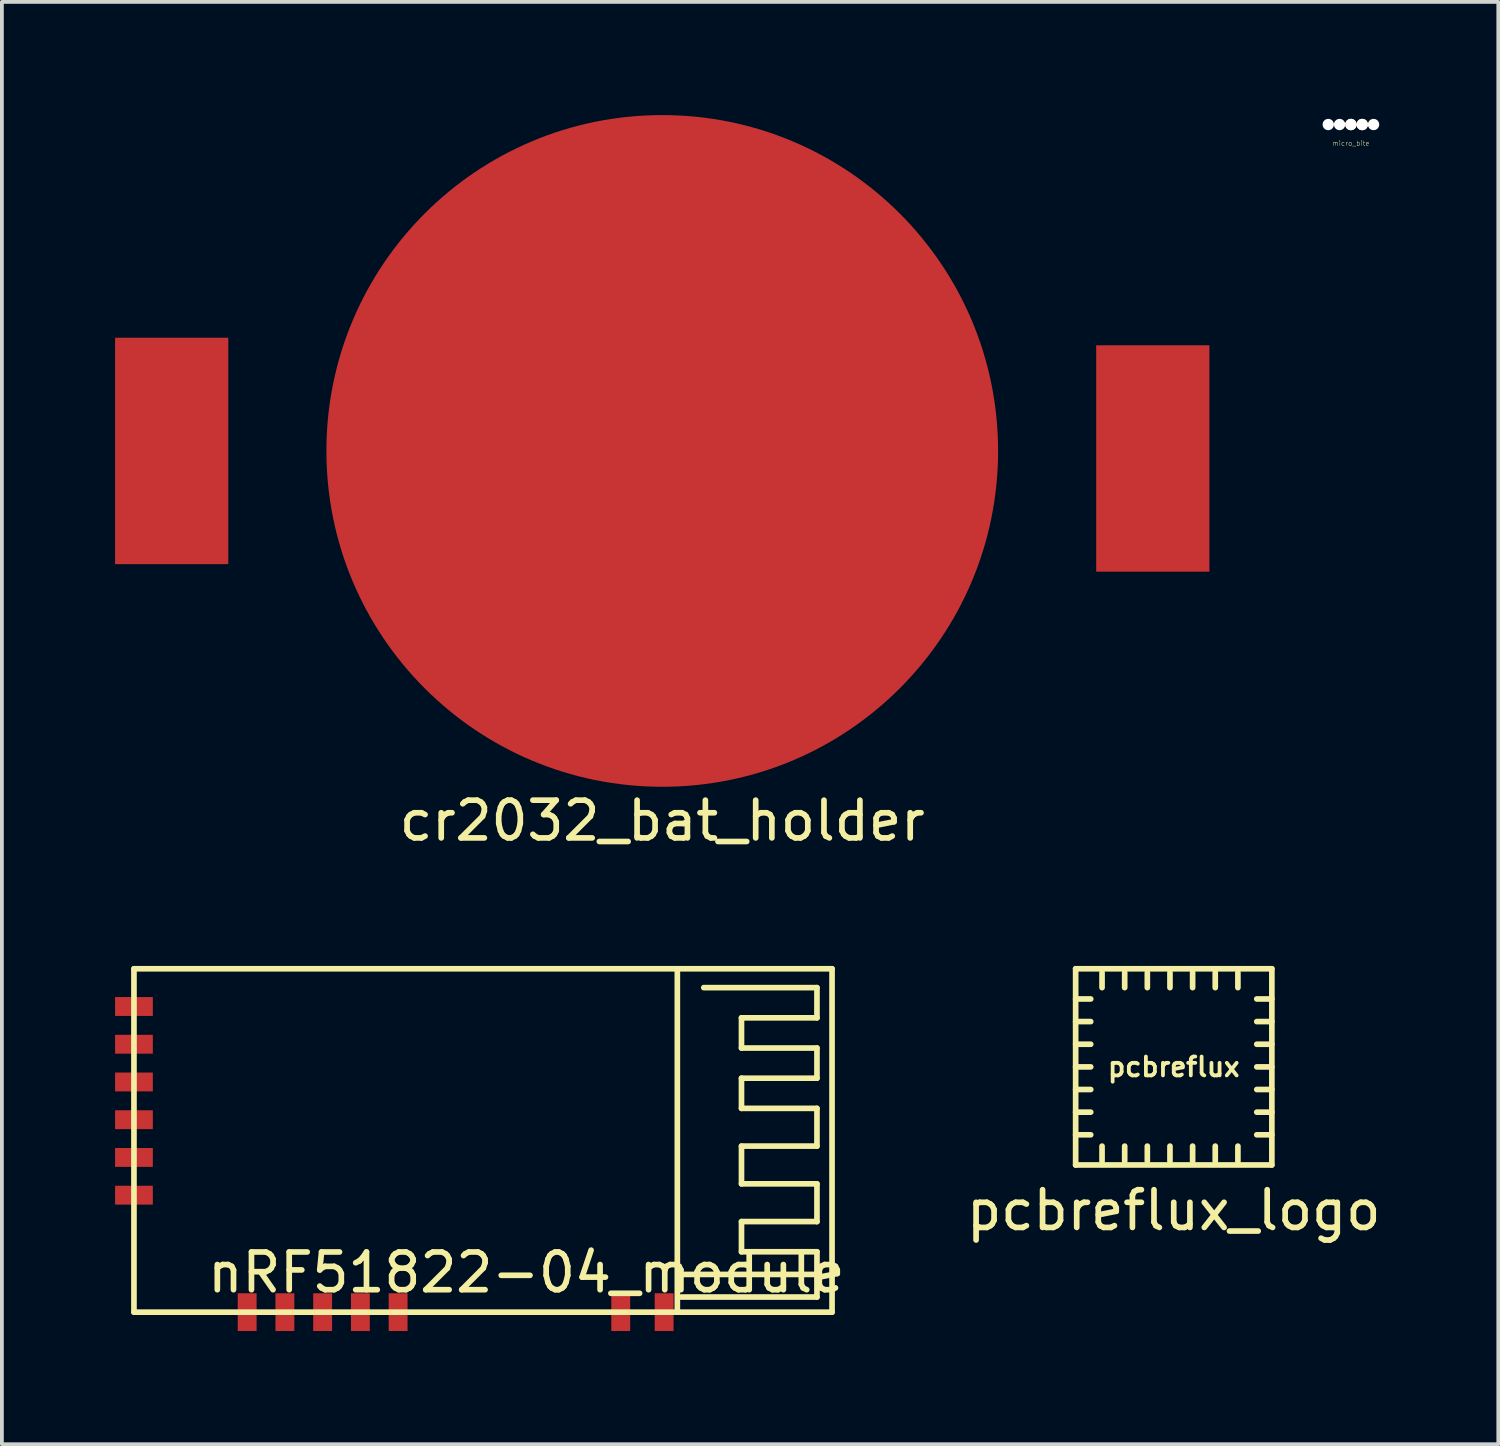
<source format=kicad_pcb>
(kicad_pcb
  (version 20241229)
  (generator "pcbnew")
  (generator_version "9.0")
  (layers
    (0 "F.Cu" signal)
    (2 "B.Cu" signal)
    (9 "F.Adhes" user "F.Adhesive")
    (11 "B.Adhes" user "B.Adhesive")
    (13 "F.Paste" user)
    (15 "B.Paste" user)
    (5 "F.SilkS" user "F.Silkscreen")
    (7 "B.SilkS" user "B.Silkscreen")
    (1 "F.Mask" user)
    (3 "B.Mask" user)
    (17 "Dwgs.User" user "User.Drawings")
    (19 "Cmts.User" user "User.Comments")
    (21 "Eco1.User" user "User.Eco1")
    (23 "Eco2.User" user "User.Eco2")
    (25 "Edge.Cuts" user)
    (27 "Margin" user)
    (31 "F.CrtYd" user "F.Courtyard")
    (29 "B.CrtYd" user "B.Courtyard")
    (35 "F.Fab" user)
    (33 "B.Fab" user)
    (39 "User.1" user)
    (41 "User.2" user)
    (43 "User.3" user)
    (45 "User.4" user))
  (footprint "nRF51822-04_module"
    (layer "F.Cu")
    (at 19 31.723)
    (property "Reference" "nRF51822-04_module" (at -8.1 -1.05 0) (layer "F.SilkS") (effects (font (size 1 1) (thickness 0.15))))
    (attr through_hole)
    (fp_line (start -18.5 -9.1) (end -18.5 0) (stroke (width 0.15) (type solid)) (layer "F.SilkS"))
    (fp_line (start -18.5 0) (end 0 0) (stroke (width 0.15) (type solid)) (layer "F.SilkS"))
    (fp_line (start -4.1 0) (end -4.1 -9.1) (stroke (width 0.15) (type solid)) (layer "F.SilkS"))
    (fp_line (start -3.4 -8.6) (end -0.4 -8.6) (stroke (width 0.15) (type solid)) (layer "F.SilkS"))
    (fp_line (start -2.4 -7.8) (end -2.4 -7) (stroke (width 0.15) (type solid)) (layer "F.SilkS"))
    (fp_line (start -2.4 -7) (end -0.4 -7) (stroke (width 0.15) (type solid)) (layer "F.SilkS"))
    (fp_line (start -2.4 -6.2) (end -2.4 -5.4) (stroke (width 0.15) (type solid)) (layer "F.SilkS"))
    (fp_line (start -2.4 -5.4) (end -0.4 -5.4) (stroke (width 0.15) (type solid)) (layer "F.SilkS"))
    (fp_line (start -2.4 -4.4) (end -2.4 -3.4) (stroke (width 0.15) (type solid)) (layer "F.SilkS"))
    (fp_line (start -2.4 -3.4) (end -0.4 -3.4) (stroke (width 0.15) (type solid)) (layer "F.SilkS"))
    (fp_line (start -2.4 -2.4) (end -2.4 -1.6) (stroke (width 0.15) (type solid)) (layer "F.SilkS"))
    (fp_line (start -2.4 -1.6) (end -0.4 -1.6) (stroke (width 0.15) (type solid)) (layer "F.SilkS"))
    (fp_line (start -0.4 -8.6) (end -0.4 -7.8) (stroke (width 0.15) (type solid)) (layer "F.SilkS"))
    (fp_line (start -0.4 -7.8) (end -2.4 -7.8) (stroke (width 0.15) (type solid)) (layer "F.SilkS"))
    (fp_line (start -0.4 -7) (end -0.4 -6.2) (stroke (width 0.15) (type solid)) (layer "F.SilkS"))
    (fp_line (start -0.4 -6.2) (end -2.4 -6.2) (stroke (width 0.15) (type solid)) (layer "F.SilkS"))
    (fp_line (start -0.4 -5.4) (end -0.4 -4.4) (stroke (width 0.15) (type solid)) (layer "F.SilkS"))
    (fp_line (start -0.4 -4.4) (end -2.4 -4.4) (stroke (width 0.15) (type solid)) (layer "F.SilkS"))
    (fp_line (start -0.4 -3.4) (end -0.4 -2.4) (stroke (width 0.15) (type solid)) (layer "F.SilkS"))
    (fp_line (start -0.4 -2.4) (end -2.4 -2.4) (stroke (width 0.15) (type solid)) (layer "F.SilkS"))
    (fp_line (start -0.4 -1.6) (end -0.4 -0.4) (stroke (width 0.15) (type solid)) (layer "F.SilkS"))
    (fp_line (start -0.4 -1) (end -4 -1) (stroke (width 0.15) (type solid)) (layer "F.SilkS"))
    (fp_line (start -0.4 -0.4) (end -4 -0.4) (stroke (width 0.15) (type solid)) (layer "F.SilkS"))
    (fp_line (start 0 -9.1) (end -18.5 -9.1) (stroke (width 0.15) (type solid)) (layer "F.SilkS"))
    (fp_line (start 0 0) (end 0 -9.1) (stroke (width 0.15) (type solid)) (layer "F.SilkS"))
    (pad "1" smd rect (at -18.5 -8.1) (size 1 0.5) (layers "F.Cu" "F.Mask" "F.Paste"))
    (pad "2" smd rect (at -18.5 -7.1) (size 1 0.5) (layers "F.Cu" "F.Mask" "F.Paste"))
    (pad "3" smd rect (at -18.5 -6.1) (size 1 0.5) (layers "F.Cu" "F.Mask" "F.Paste"))
    (pad "4" smd rect (at -18.5 -5.1) (size 1 0.5) (layers "F.Cu" "F.Mask" "F.Paste"))
    (pad "5" smd rect (at -18.5 -4.1) (size 1 0.5) (layers "F.Cu" "F.Mask" "F.Paste"))
    (pad "6" smd rect (at -18.5 -3.1) (size 1 0.5) (layers "F.Cu" "F.Mask" "F.Paste"))
    (pad "7" smd rect (at -15.5 0) (size 0.5 1) (layers "F.Cu" "F.Mask" "F.Paste"))
    (pad "8" smd rect (at -14.5 0) (size 0.5 1) (layers "F.Cu" "F.Mask" "F.Paste"))
    (pad "9" smd rect (at -13.5 0) (size 0.5 1) (layers "F.Cu" "F.Mask" "F.Paste"))
    (pad "10" smd rect (at -12.5 0) (size 0.5 1) (layers "F.Cu" "F.Mask" "F.Paste"))
    (pad "11" smd rect (at -11.5 0) (size 0.5 1) (layers "F.Cu" "F.Mask" "F.Paste"))
    (pad "12" smd rect (at -5.6 0) (size 0.5 1) (layers "F.Cu" "F.Mask" "F.Paste"))
    (pad "13" smd rect (at -4.45 0) (size 0.5 1) (layers "F.Cu" "F.Mask" "F.Paste")))
  (footprint "pcbreflux_logo"
    (layer "F.Cu")
    (at 28.055 25.223)
    (property "Reference" "pcbreflux_logo" (at 0 3.8 0) (layer "F.SilkS") (effects (font (size 1 1) (thickness 0.15))))
    (attr through_hole)
    (fp_line (start -2.6 -2.6) (end 2.6 -2.6) (stroke (width 0.15) (type solid)) (layer "F.SilkS"))
    (fp_line (start -2.6 -1.8) (end -2.2 -1.8) (stroke (width 0.15) (type solid)) (layer "F.SilkS"))
    (fp_line (start -2.6 -1.2) (end -2.2 -1.2) (stroke (width 0.15) (type solid)) (layer "F.SilkS"))
    (fp_line (start -2.6 -0.6) (end -2.2 -0.6) (stroke (width 0.15) (type solid)) (layer "F.SilkS"))
    (fp_line (start -2.6 0) (end -2.2 0) (stroke (width 0.15) (type solid)) (layer "F.SilkS"))
    (fp_line (start -2.6 0.6) (end -2.2 0.6) (stroke (width 0.15) (type solid)) (layer "F.SilkS"))
    (fp_line (start -2.6 1.2) (end -2.2 1.2) (stroke (width 0.15) (type solid)) (layer "F.SilkS"))
    (fp_line (start -2.6 1.8) (end -2.2 1.8) (stroke (width 0.15) (type solid)) (layer "F.SilkS"))
    (fp_line (start -2.6 2.6) (end -2.6 -2.6) (stroke (width 0.15) (type solid)) (layer "F.SilkS"))
    (fp_line (start -2.6 2.6) (end 2.6 2.6) (stroke (width 0.15) (type solid)) (layer "F.SilkS"))
    (fp_line (start -1.9 -2.1) (end -1.9 -2.5) (stroke (width 0.15) (type solid)) (layer "F.SilkS"))
    (fp_line (start -1.9 2.5) (end -1.9 2.1) (stroke (width 0.15) (type solid)) (layer "F.SilkS"))
    (fp_line (start -1.3 -2.1) (end -1.3 -2.5) (stroke (width 0.15) (type solid)) (layer "F.SilkS"))
    (fp_line (start -1.3 2.5) (end -1.3 2.1) (stroke (width 0.15) (type solid)) (layer "F.SilkS"))
    (fp_line (start -0.7 -2.1) (end -0.7 -2.5) (stroke (width 0.15) (type solid)) (layer "F.SilkS"))
    (fp_line (start -0.7 2.5) (end -0.7 2.1) (stroke (width 0.15) (type solid)) (layer "F.SilkS"))
    (fp_line (start -0.1 -2.1) (end -0.1 -2.5) (stroke (width 0.15) (type solid)) (layer "F.SilkS"))
    (fp_line (start -0.1 2.5) (end -0.1 2.1) (stroke (width 0.15) (type solid)) (layer "F.SilkS"))
    (fp_line (start 0.5 -2.1) (end 0.5 -2.5) (stroke (width 0.15) (type solid)) (layer "F.SilkS"))
    (fp_line (start 0.5 2.5) (end 0.5 2.1) (stroke (width 0.15) (type solid)) (layer "F.SilkS"))
    (fp_line (start 1.1 -2.1) (end 1.1 -2.5) (stroke (width 0.15) (type solid)) (layer "F.SilkS"))
    (fp_line (start 1.1 2.5) (end 1.1 2.1) (stroke (width 0.15) (type solid)) (layer "F.SilkS"))
    (fp_line (start 1.7 -2.1) (end 1.7 -2.5) (stroke (width 0.15) (type solid)) (layer "F.SilkS"))
    (fp_line (start 1.7 2.5) (end 1.7 2.1) (stroke (width 0.15) (type solid)) (layer "F.SilkS"))
    (fp_line (start 2.2 -1.8) (end 2.6 -1.8) (stroke (width 0.15) (type solid)) (layer "F.SilkS"))
    (fp_line (start 2.2 -1.2) (end 2.6 -1.2) (stroke (width 0.15) (type solid)) (layer "F.SilkS"))
    (fp_line (start 2.2 -0.6) (end 2.6 -0.6) (stroke (width 0.15) (type solid)) (layer "F.SilkS"))
    (fp_line (start 2.2 0) (end 2.6 0) (stroke (width 0.15) (type solid)) (layer "F.SilkS"))
    (fp_line (start 2.2 0.6) (end 2.6 0.6) (stroke (width 0.15) (type solid)) (layer "F.SilkS"))
    (fp_line (start 2.2 1.2) (end 2.6 1.2) (stroke (width 0.15) (type solid)) (layer "F.SilkS"))
    (fp_line (start 2.2 1.8) (end 2.6 1.8) (stroke (width 0.15) (type solid)) (layer "F.SilkS"))
    (fp_line (start 2.6 -2.6) (end 2.6 2.6) (stroke (width 0.15) (type solid)) (layer "F.SilkS"))
    (fp_text user "pcbreflux" (at 0 0 0) (layer "F.SilkS") (effects (font (size 0.5 0.5) (thickness 0.1)))))
  (footprint "micro_bite"
    (layer "F.Cu")
    (at 32.75 0.25)
    (property "Reference" "micro_bite" (at 0 0.5 0) (layer "F.SilkS") (effects (font (size 0.127 0.127) (thickness 0.01))))
    (attr through_hole)
    (pad "" np_thru_hole circle (at -0.6 0) (size 0.3 0.3) (drill 0.3) (layers "*.Cu" "*.Mask"))
    (pad "" np_thru_hole circle (at -0.3 0) (size 0.3 0.3) (drill 0.3) (layers "*.Cu" "*.Mask"))
    (pad "" np_thru_hole circle (at 0 0) (size 0.3 0.3) (drill 0.3) (layers "*.Cu" "*.SilkS" "*.Mask"))
    (pad "" np_thru_hole circle (at 0.3 0) (size 0.3 0.3) (drill 0.3) (layers "*.Cu" "*.SilkS" "*.Mask"))
    (pad "" np_thru_hole circle (at 0.6 0) (size 0.3 0.3) (drill 0.3) (layers "*.Cu" "*.Mask")))
  (footprint "cr2032_bat_holder"
    (layer "F.Cu")
    (at 14.5 8.9)
    (property "Reference" "cr2032_bat_holder" (at 0 9.8 0) (layer "F.SilkS") (effects (font (size 1 1) (thickness 0.15))))
    (attr through_hole)
    (pad "1" smd rect (at -13 0) (size 3 6) (layers "F.Cu" "F.Mask" "F.Paste"))
    (pad "1" smd rect (at 13 0.2) (size 3 6) (layers "F.Cu" "F.Mask" "F.Paste"))
    (pad "2" smd circle (at 0 0) (size 17.8 17.8) (layers "F.Cu" "F.Mask" "F.Paste")))
  (gr_rect
    (start -3 -3)
    (end 36.656 35.223)
    (stroke (width 0.1) (type default))
    (fill no)
    (layer "Edge.Cuts")))
</source>
